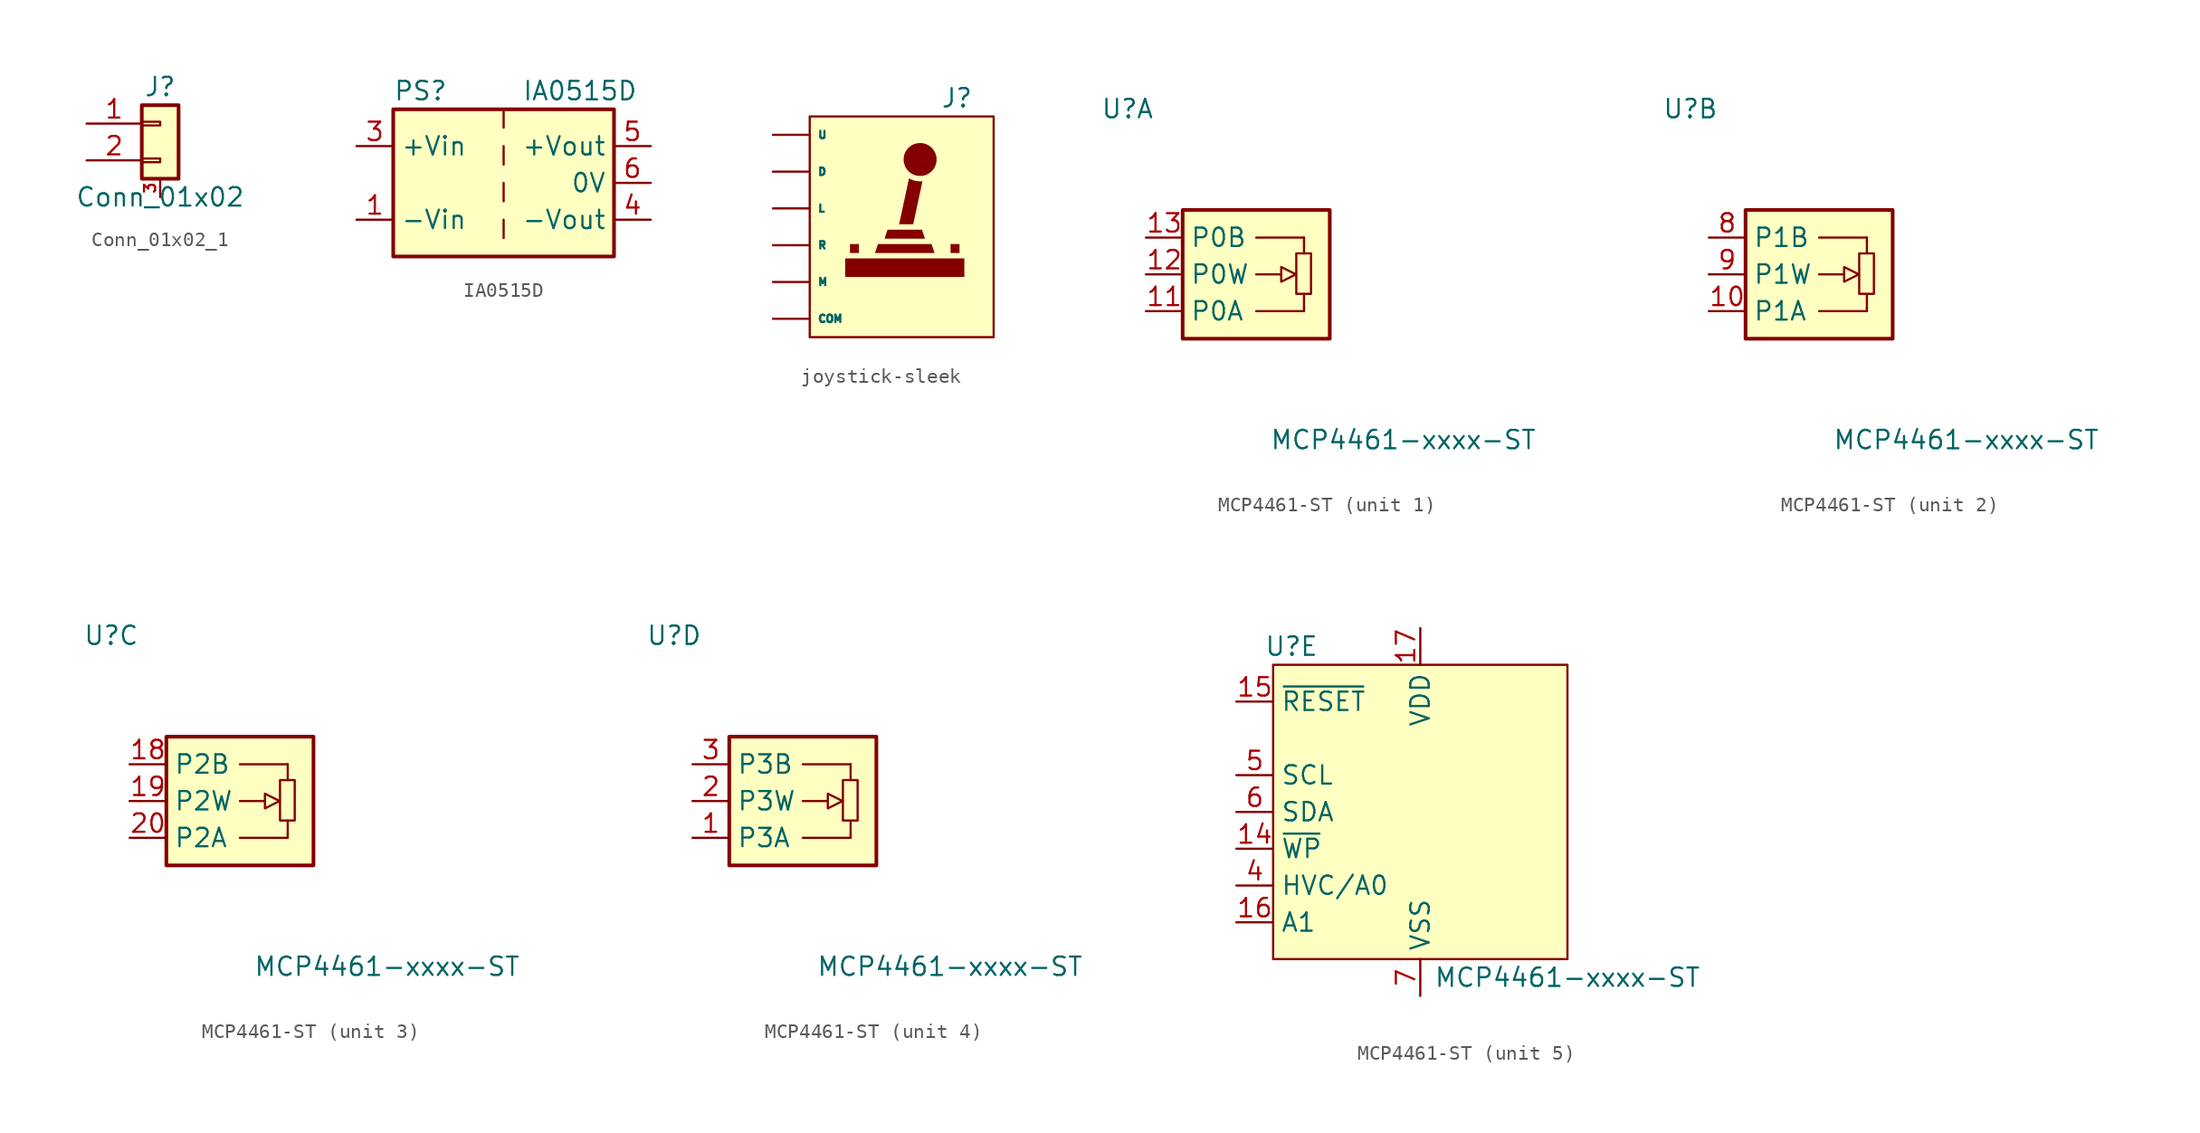
<source format=kicad_sym>
(kicad_symbol_lib
  (version 20241209)
  (generator "kicad_symbol_editor")
  (generator_version "9.0")
  (symbol "Conn_01x02_1"
    (pin_names
      (offset 1.016)
      (hide yes))
    (property "Reference" "J"
      (at 0 2.54 0)
      (effects (font (size 1.27 1.27))))
    (property "Value" "Conn_01x02"
      (at 0 -5.08 0)
      (effects (font (size 1.27 1.27))))
    (symbol "Conn_01x02_1_1_1"
      (rectangle (start -1.27 1.27) (end 1.27 -3.81) (stroke (width 0.254) (type default)) (fill (type background)))
      (rectangle (start -1.27 0.127) (end 0 -0.127) (stroke (width 0.152) (type default)) (fill (type none)))
      (rectangle (start -1.27 -2.413) (end 0 -2.667) (stroke (width 0.152) (type default)) (fill (type none)))
      (pin passive line (at -5.08 0 0) (length 3.81) (name "Pin_1" (effects (font (size 1.27 1.27)))) (number "1" (effects (font (size 1.27 1.27)))))
      (pin passive line (at -5.08 -2.54 0) (length 3.81) (name "Pin_2" (effects (font (size 1.27 1.27)))) (number "2" (effects (font (size 1.27 1.27)))))
      (pin passive line (at 0 -5.08 90) (length 1.27) (name "3" (effects (font (size 1.27 1.27)))) (number "3" (effects (font (size 0.762 0.762)))))))
  (symbol "IA0515D"
    (property "Reference" "PS"
      (at -7.62 6.35 0)
      (effects (font (size 1.27 1.27)) (justify left)))
    (property "Value" "IA0515D"
      (at 1.27 6.35 0)
      (effects (font (size 1.27 1.27)) (justify left)))
    (symbol "IA0515D_0_0"
      (pin power_in line (at -10.16 2.54 0) (length 2.54) (name "+Vin" (effects (font (size 1.27 1.27)))) (number "3" (effects (font (size 1.27 1.27)))))
      (pin power_in line (at -10.16 -2.54 0) (length 2.54) (name "-Vin" (effects (font (size 1.27 1.27)))) (number "1" (effects (font (size 1.27 1.27)))))
      (pin power_out line (at 10.16 2.54 180) (length 2.54) (name "+Vout" (effects (font (size 1.27 1.27)))) (number "5" (effects (font (size 1.27 1.27)))))
      (pin power_out line (at 10.16 0 180) (length 2.54) (name "0V" (effects (font (size 1.27 1.27)))) (number "6" (effects (font (size 1.27 1.27)))))
      (pin power_out line (at 10.16 -2.54 180) (length 2.54) (name "-Vout" (effects (font (size 1.27 1.27)))) (number "4" (effects (font (size 1.27 1.27))))))
    (symbol "IA0515D_0_1"
      (rectangle (start -7.62 5.08) (end 7.62 -5.08) (stroke (width 0.254) (type default)) (fill (type background)))
      (polyline (pts (xy 0 5.08) (xy 0 3.81)) (stroke (width 0) (type default)) (fill (type none)))
      (polyline (pts (xy 0 2.54) (xy 0 1.27)) (stroke (width 0) (type default)) (fill (type none)))
      (polyline (pts (xy 0 0) (xy 0 -1.27)) (stroke (width 0) (type default)) (fill (type none)))
      (polyline (pts (xy 0 -2.54) (xy 0 -3.81)) (stroke (width 0) (type default)) (fill (type none))))
    (symbol "IA0515D_1_1"
      (pin no_connect line (at 0 -5.08 90) (length 2.54) (hide yes) (name "NC" (effects (font (size 1.27 1.27)))) (number "2" (effects (font (size 1.27 1.27)))))))
  (symbol "joystick-sleek"
    (pin_numbers
      (hide yes))
    (property "Reference" "J"
      (at 3.81 8.89 0)
      (effects (font (size 1.27 1.27))))
    (symbol "joystick-sleek_0_1"
      (rectangle (start -6.35 7.62) (end 6.35 -7.62) (stroke (width 0) (type default)) (fill (type background))))
    (symbol "joystick-sleek_1_0"
      (polyline (pts (xy -2.951 -1.809) (xy -3.571 -1.809) (xy -3.571 -1.189) (xy -2.951 -1.189) (xy -2.951 -1.809)) (stroke (width -0.0001) (type solid)) (fill (type outline)))
      (polyline (pts (xy 0.505 3.348) (xy 0.556 3.319) (xy 0.609 3.292) (xy 0.663 3.267) (xy 0.719 3.243) (xy 0.776 3.222) (xy 0.834 3.204) (xy 0.863 3.195) (xy 0.893 3.187) (xy 0.923 3.179) (xy 0.953 3.173) (xy 0.984 3.166) (xy 1.014 3.161) (xy 1.075 3.152) (xy 1.135 3.145) (xy 1.196 3.141) (xy 1.256 3.139) (xy 1.316 3.14) (xy 1.375 3.143) (xy 1.434 3.148) (xy 0.794 0.175) (xy -0.178 0.175) (xy 0.505 3.348) (xy 0.505 3.348)) (stroke (width -0.0001) (type solid)) (fill (type outline)))
      (polyline (pts (xy 1.309 5.784) (xy 1.338 5.783) (xy 1.366 5.781) (xy 1.395 5.778) (xy 1.424 5.774) (xy 1.453 5.77) (xy 1.481 5.765) (xy 1.51 5.759) (xy 1.567 5.745) (xy 1.623 5.729) (xy 1.677 5.71) (xy 1.73 5.688) (xy 1.781 5.664) (xy 1.831 5.638) (xy 1.879 5.609) (xy 1.925 5.579) (xy 1.97 5.546) (xy 2.012 5.511) (xy 2.053 5.474) (xy 2.092 5.436) (xy 2.129 5.396) (xy 2.164 5.354) (xy 2.196 5.31) (xy 2.227 5.265) (xy 2.256 5.218) (xy 2.282 5.171) (xy 2.306 5.122) (xy 2.327 5.072) (xy 2.346 5.02) (xy 2.363 4.968) (xy 2.377 4.915) (xy 2.389 4.861) (xy 2.398 4.806) (xy 2.404 4.75) (xy 2.407 4.694) (xy 2.408 4.638) (xy 2.406 4.581) (xy 2.401 4.524) (xy 2.393 4.466) (xy 2.382 4.408) (xy 2.369 4.351) (xy 2.352 4.296) (xy 2.333 4.241) (xy 2.312 4.189) (xy 2.288 4.137) (xy 2.261 4.088) (xy 2.233 4.04) (xy 2.202 3.994) (xy 2.169 3.949) (xy 2.134 3.906) (xy 2.098 3.866) (xy 2.059 3.827) (xy 2.019 3.79) (xy 1.977 3.755) (xy 1.933 3.722) (xy 1.888 3.692) (xy 1.842 3.663) (xy 1.794 3.637) (xy 1.745 3.613) (xy 1.695 3.591) (xy 1.643 3.572) (xy 1.591 3.556) (xy 1.538 3.542) (xy 1.484 3.53) (xy 1.429 3.521) (xy 1.374 3.515) (xy 1.318 3.511) (xy 1.261 3.51) (xy 1.204 3.513) (xy 1.147 3.517) (xy 1.089 3.525) (xy 1.032 3.536) (xy 0.975 3.55) (xy 0.919 3.567) (xy 0.865 3.586) (xy 0.812 3.607) (xy 0.761 3.631) (xy 0.711 3.657) (xy 0.663 3.686) (xy 0.617 3.717) (xy 0.572 3.749) (xy 0.53 3.784) (xy 0.489 3.821) (xy 0.45 3.86) (xy 0.413 3.9) (xy 0.378 3.942) (xy 0.345 3.985) (xy 0.315 4.03) (xy 0.286 4.077) (xy 0.26 4.125) (xy 0.236 4.174) (xy 0.215 4.224) (xy 0.196 4.275) (xy 0.179 4.327) (xy 0.165 4.381) (xy 0.153 4.435) (xy 0.144 4.49) (xy 0.138 4.545) (xy 0.134 4.601) (xy 0.134 4.658) (xy 0.136 4.715) (xy 0.141 4.772) (xy 0.149 4.829) (xy 0.16 4.887) (xy 0.171 4.937) (xy 0.185 4.986) (xy 0.201 5.034) (xy 0.219 5.081) (xy 0.239 5.126) (xy 0.261 5.171) (xy 0.284 5.214) (xy 0.309 5.256) (xy 0.336 5.296) (xy 0.364 5.335) (xy 0.394 5.373) (xy 0.426 5.41) (xy 0.459 5.445) (xy 0.493 5.478) (xy 0.565 5.54) (xy 0.642 5.596) (xy 0.724 5.646) (xy 0.809 5.688) (xy 0.854 5.706) (xy 0.898 5.723) (xy 0.944 5.738) (xy 0.991 5.75) (xy 1.038 5.761) (xy 1.085 5.77) (xy 1.133 5.777) (xy 1.182 5.782) (xy 1.231 5.785) (xy 1.281 5.785) (xy 1.309 5.784)) (stroke (width -0.0001) (type solid)) (fill (type outline)))
      (polyline (pts (xy 1.607 -0.817) (xy -1.184 -0.817) (xy -0.977 -0.197) (xy 1.401 -0.197) (xy 1.607 -0.817)) (stroke (width -0.0001) (type solid)) (fill (type outline)))
      (polyline (pts (xy 2.269 -1.809) (xy -1.845 -1.809) (xy -1.639 -1.189) (xy 2.062 -1.189) (xy 2.269 -1.809)) (stroke (width -0.0001) (type solid)) (fill (type outline)))
      (polyline (pts (xy 3.994 -1.809) (xy 3.374 -1.809) (xy 3.374 -1.189) (xy 3.994 -1.189) (xy 3.994 -1.809)) (stroke (width -0.0001) (type solid)) (fill (type outline)))
      (polyline (pts (xy 4.325 -3.463) (xy -3.902 -3.463) (xy -3.902 -2.181) (xy 4.325 -2.181) (xy 4.325 -3.463)) (stroke (width -0.0001) (type solid)) (fill (type outline))))
    (symbol "joystick-sleek_1_1"
      (pin input line (at -8.89 6.35 0) (length 2.54) (name "U" (effects (font (size 0.508 0.508)))) (number "U" (effects (font (size 0.508 0.508)))))
      (pin input line (at -8.89 3.81 0) (length 2.54) (name "D" (effects (font (size 0.508 0.508)))) (number "D" (effects (font (size 0.508 0.508)))))
      (pin input line (at -8.89 1.27 0) (length 2.54) (name "L" (effects (font (size 0.508 0.508)))) (number "L" (effects (font (size 0.508 0.508)))))
      (pin input line (at -8.89 -1.27 0) (length 2.54) (name "R" (effects (font (size 0.508 0.508)))) (number "R" (effects (font (size 0.508 0.508)))))
      (pin input line (at -8.89 -3.81 0) (length 2.54) (name "M" (effects (font (size 0.508 0.508)))) (number "M" (effects (font (size 0.508 0.508)))))
      (pin input line (at -8.89 -6.35 0) (length 2.54) (name "COM" (effects (font (size 0.508 0.508)))) (number "COM" (effects (font (size 0.508 0.508)))))))
  (symbol "MCP4461-ST"
    (property "Reference" "U"
      (at -8.89 11.43 0)
      (effects (font (size 1.27 1.27))))
    (property "Value" "MCP4461-xxxx-ST"
      (at 10.16 -11.43 0)
      (effects (font (size 1.27 1.27))))
    (property "ki_locked" ""
      (at 0 0 0)
      (effects (font (size 1.27 1.27))))
    (symbol "MCP4461-ST_1_1"
      (polyline (pts (xy 1.727 0) (xy 0 0)) (stroke (width 0) (type default)) (fill (type none)))
      (polyline (pts (xy 1.727 -0.508) (xy 1.727 0.508) (xy 2.743 0) (xy 1.727 -0.508) (xy 1.727 -0.508)) (stroke (width 0) (type default)) (fill (type none)))
      (polyline (pts (xy 3.302 2.54) (xy 0 2.54)) (stroke (width 0) (type default)) (fill (type background)))
      (polyline (pts (xy 3.302 2.54) (xy 3.302 2.286) (xy 3.302 2.286)) (stroke (width 0) (type default)) (fill (type background)))
      (polyline (pts (xy 3.302 2.286) (xy 3.302 1.448)) (stroke (width 0) (type default)) (fill (type none)))
      (polyline (pts (xy 3.302 -2.311) (xy 3.302 -1.372)) (stroke (width 0) (type default)) (fill (type none)))
      (polyline (pts (xy 3.302 -2.54) (xy 0 -2.54)) (stroke (width 0) (type default)) (fill (type background)))
      (polyline (pts (xy 3.302 -2.54) (xy 3.302 -2.286) (xy 3.302 -2.286)) (stroke (width 0) (type default)) (fill (type none)))
      (rectangle (start 3.785 -1.346) (end 2.769 1.448) (stroke (width 0) (type default)) (fill (type none)))
      (rectangle (start 5.08 -4.445) (end -5.08 4.445) (stroke (width 0.254) (type default)) (fill (type background)))
      (pin passive line (at -7.62 2.54 0) (length 2.54) (name "P0B" (effects (font (size 1.27 1.27)))) (number "13" (effects (font (size 1.27 1.27)))))
      (pin passive line (at -7.62 0 0) (length 2.54) (name "P0W" (effects (font (size 1.27 1.27)))) (number "12" (effects (font (size 1.27 1.27)))))
      (pin passive line (at -7.62 -2.54 0) (length 2.54) (name "P0A" (effects (font (size 1.27 1.27)))) (number "11" (effects (font (size 1.27 1.27))))))
    (symbol "MCP4461-ST_2_1"
      (polyline (pts (xy 1.727 0) (xy 0 0)) (stroke (width 0) (type default)) (fill (type none)))
      (polyline (pts (xy 1.727 -0.508) (xy 1.727 0.508) (xy 2.743 0) (xy 1.727 -0.508) (xy 1.727 -0.508)) (stroke (width 0) (type default)) (fill (type none)))
      (polyline (pts (xy 3.302 2.54) (xy 0 2.54)) (stroke (width 0) (type default)) (fill (type background)))
      (polyline (pts (xy 3.302 2.54) (xy 3.302 2.286) (xy 3.302 2.286)) (stroke (width 0) (type default)) (fill (type background)))
      (polyline (pts (xy 3.302 2.286) (xy 3.302 1.448)) (stroke (width 0) (type default)) (fill (type none)))
      (polyline (pts (xy 3.302 -2.311) (xy 3.302 -1.372)) (stroke (width 0) (type default)) (fill (type none)))
      (polyline (pts (xy 3.302 -2.54) (xy 0 -2.54)) (stroke (width 0) (type default)) (fill (type background)))
      (polyline (pts (xy 3.302 -2.54) (xy 3.302 -2.286) (xy 3.302 -2.286)) (stroke (width 0) (type default)) (fill (type none)))
      (rectangle (start 3.785 -1.346) (end 2.769 1.448) (stroke (width 0) (type default)) (fill (type none)))
      (rectangle (start 5.08 -4.445) (end -5.08 4.445) (stroke (width 0.254) (type default)) (fill (type background)))
      (pin passive line (at -7.62 2.54 0) (length 2.54) (name "P1B" (effects (font (size 1.27 1.27)))) (number "8" (effects (font (size 1.27 1.27)))))
      (pin passive line (at -7.62 0 0) (length 2.54) (name "P1W" (effects (font (size 1.27 1.27)))) (number "9" (effects (font (size 1.27 1.27)))))
      (pin passive line (at -7.62 -2.54 0) (length 2.54) (name "P1A" (effects (font (size 1.27 1.27)))) (number "10" (effects (font (size 1.27 1.27))))))
    (symbol "MCP4461-ST_3_1"
      (polyline (pts (xy 1.727 0) (xy 0 0)) (stroke (width 0) (type default)) (fill (type none)))
      (polyline (pts (xy 1.727 -0.508) (xy 1.727 0.508) (xy 2.743 0) (xy 1.727 -0.508) (xy 1.727 -0.508)) (stroke (width 0) (type default)) (fill (type none)))
      (polyline (pts (xy 3.302 2.54) (xy 0 2.54)) (stroke (width 0) (type default)) (fill (type background)))
      (polyline (pts (xy 3.302 2.54) (xy 3.302 2.286) (xy 3.302 2.286)) (stroke (width 0) (type default)) (fill (type background)))
      (polyline (pts (xy 3.302 2.286) (xy 3.302 1.448)) (stroke (width 0) (type default)) (fill (type none)))
      (polyline (pts (xy 3.302 -2.311) (xy 3.302 -1.372)) (stroke (width 0) (type default)) (fill (type none)))
      (polyline (pts (xy 3.302 -2.54) (xy 0 -2.54)) (stroke (width 0) (type default)) (fill (type background)))
      (polyline (pts (xy 3.302 -2.54) (xy 3.302 -2.286) (xy 3.302 -2.286)) (stroke (width 0) (type default)) (fill (type none)))
      (rectangle (start 3.785 -1.346) (end 2.769 1.448) (stroke (width 0) (type default)) (fill (type none)))
      (rectangle (start 5.08 -4.445) (end -5.08 4.445) (stroke (width 0.254) (type default)) (fill (type background)))
      (pin passive line (at -7.62 2.54 0) (length 2.54) (name "P2B" (effects (font (size 1.27 1.27)))) (number "18" (effects (font (size 1.27 1.27)))))
      (pin passive line (at -7.62 0 0) (length 2.54) (name "P2W" (effects (font (size 1.27 1.27)))) (number "19" (effects (font (size 1.27 1.27)))))
      (pin passive line (at -7.62 -2.54 0) (length 2.54) (name "P2A" (effects (font (size 1.27 1.27)))) (number "20" (effects (font (size 1.27 1.27))))))
    (symbol "MCP4461-ST_4_1"
      (polyline (pts (xy 1.727 0) (xy 0 0)) (stroke (width 0) (type default)) (fill (type none)))
      (polyline (pts (xy 1.727 -0.508) (xy 1.727 0.508) (xy 2.743 0) (xy 1.727 -0.508) (xy 1.727 -0.508)) (stroke (width 0) (type default)) (fill (type none)))
      (polyline (pts (xy 3.302 2.54) (xy 0 2.54)) (stroke (width 0) (type default)) (fill (type background)))
      (polyline (pts (xy 3.302 2.54) (xy 3.302 2.286) (xy 3.302 2.286)) (stroke (width 0) (type default)) (fill (type background)))
      (polyline (pts (xy 3.302 2.286) (xy 3.302 1.448)) (stroke (width 0) (type default)) (fill (type none)))
      (polyline (pts (xy 3.302 -2.311) (xy 3.302 -1.372)) (stroke (width 0) (type default)) (fill (type none)))
      (polyline (pts (xy 3.302 -2.54) (xy 0 -2.54)) (stroke (width 0) (type default)) (fill (type background)))
      (polyline (pts (xy 3.302 -2.54) (xy 3.302 -2.286) (xy 3.302 -2.286)) (stroke (width 0) (type default)) (fill (type none)))
      (rectangle (start 3.785 -1.346) (end 2.769 1.448) (stroke (width 0) (type default)) (fill (type none)))
      (rectangle (start 5.08 -4.445) (end -5.08 4.445) (stroke (width 0.254) (type default)) (fill (type background)))
      (pin passive line (at -7.62 2.54 0) (length 2.54) (name "P3B" (effects (font (size 1.27 1.27)))) (number "3" (effects (font (size 1.27 1.27)))))
      (pin passive line (at -7.62 0 0) (length 2.54) (name "P3W" (effects (font (size 1.27 1.27)))) (number "2" (effects (font (size 1.27 1.27)))))
      (pin passive line (at -7.62 -2.54 0) (length 2.54) (name "P3A" (effects (font (size 1.27 1.27)))) (number "1" (effects (font (size 1.27 1.27))))))
    (symbol "MCP4461-ST_5_1"
      (rectangle (start -10.16 10.16) (end 10.16 -10.16) (stroke (width 0) (type default)) (fill (type background)))
      (pin input line (at -12.7 7.62 0) (length 2.54) (name "~{RESET}" (effects (font (size 1.27 1.27)))) (number "15" (effects (font (size 1.27 1.27)))))
      (pin input line (at -12.7 2.54 0) (length 2.54) (name "SCL" (effects (font (size 1.27 1.27)))) (number "5" (effects (font (size 1.27 1.27)))))
      (pin bidirectional line (at -12.7 0 0) (length 2.54) (name "SDA" (effects (font (size 1.27 1.27)))) (number "6" (effects (font (size 1.27 1.27)))))
      (pin input line (at -12.7 -2.54 0) (length 2.54) (name "~{WP}" (effects (font (size 1.27 1.27)))) (number "14" (effects (font (size 1.27 1.27)))))
      (pin input line (at -12.7 -5.08 0) (length 2.54) (name "HVC/A0" (effects (font (size 1.27 1.27)))) (number "4" (effects (font (size 1.27 1.27)))))
      (pin input line (at -12.7 -7.62 0) (length 2.54) (name "A1" (effects (font (size 1.27 1.27)))) (number "16" (effects (font (size 1.27 1.27)))))
      (pin power_in line (at 0 12.7 270) (length 2.54) (name "VDD" (effects (font (size 1.27 1.27)))) (number "17" (effects (font (size 1.27 1.27)))))
      (pin power_in line (at 0 -12.7 90) (length 2.54) (name "VSS" (effects (font (size 1.27 1.27)))) (number "7" (effects (font (size 1.27 1.27))))))))
</source>
